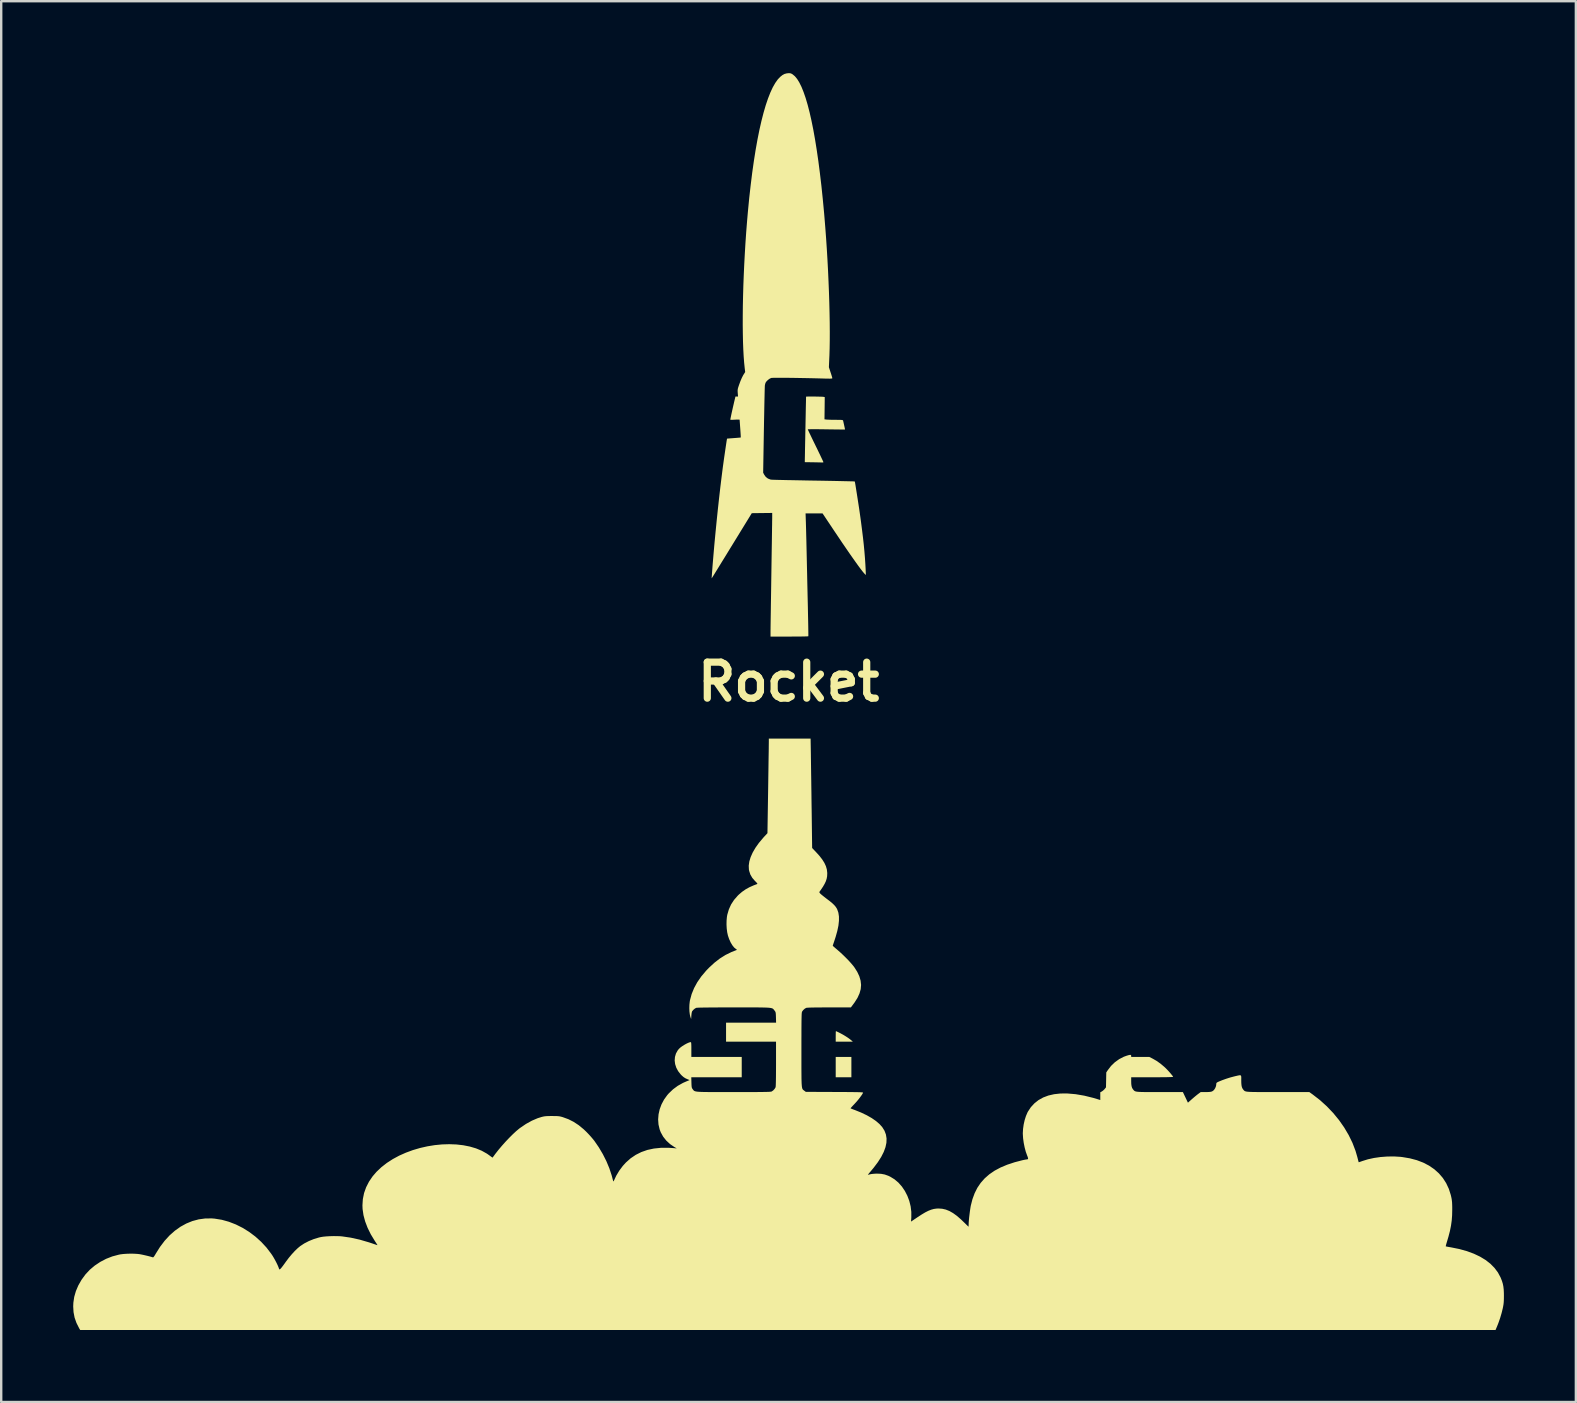
<source format=kicad_pcb>
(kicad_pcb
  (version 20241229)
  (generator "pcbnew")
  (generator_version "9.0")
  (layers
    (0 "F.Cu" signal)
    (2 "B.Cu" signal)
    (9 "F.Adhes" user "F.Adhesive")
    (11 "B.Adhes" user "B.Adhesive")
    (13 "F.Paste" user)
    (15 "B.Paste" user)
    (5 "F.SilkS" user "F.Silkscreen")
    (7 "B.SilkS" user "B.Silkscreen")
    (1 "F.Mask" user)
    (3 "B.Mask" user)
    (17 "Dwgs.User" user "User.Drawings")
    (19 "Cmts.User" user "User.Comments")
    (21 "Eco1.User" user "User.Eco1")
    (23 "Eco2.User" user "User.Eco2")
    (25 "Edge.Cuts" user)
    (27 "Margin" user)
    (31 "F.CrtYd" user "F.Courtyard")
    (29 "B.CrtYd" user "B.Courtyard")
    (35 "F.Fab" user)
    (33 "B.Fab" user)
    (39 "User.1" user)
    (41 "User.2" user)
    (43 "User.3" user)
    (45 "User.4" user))
  (footprint "Rocket"
    (layer "F.Cu")
    (at 29.814 25.362)
    (property "Reference" "Rocket" (at 0 0 0) (layer "F.SilkS") (effects (font (size 1.5 1.5) (thickness 0.3))))
    (attr board_only exclude_from_pos_files exclude_from_bom)
    (fp_poly (pts (xy 2.611 16.051) (xy 2.611 16.475) (xy 2.284 16.475) (xy 1.958 16.475) (xy 1.958 16.051) (xy 1.958 15.628) (xy 2.284 15.628) (xy 2.611 15.628)) (stroke (width 0) (type solid)) (fill yes) (layer "F.SilkS"))
    (fp_poly (pts (xy 1.986 14.56) (xy 2.029 14.58) (xy 2.089 14.609) (xy 2.139 14.634) (xy 2.267 14.703) (xy 2.395 14.781) (xy 2.512 14.86) (xy 2.607 14.935) (xy 2.611 14.938) (xy 2.672 14.992) (xy 2.315 14.992) (xy 1.958 14.993) (xy 1.958 14.773) (xy 1.959 14.689) (xy 1.96 14.62) (xy 1.963 14.572) (xy 1.967 14.552) (xy 1.967 14.552)) (stroke (width 0) (type solid)) (fill yes) (layer "F.SilkS"))
    (fp_poly (pts (xy 1.032 -11.889) (xy 1.13 -11.888) (xy 1.225 -11.886) (xy 1.311 -11.884) (xy 1.381 -11.882) (xy 1.429 -11.879) (xy 1.445 -11.877) (xy 1.501 -11.866) (xy 1.496 -11.403) (xy 1.49 -10.94) (xy 1.579 -10.929) (xy 1.627 -10.926) (xy 1.702 -10.923) (xy 1.795 -10.92) (xy 1.899 -10.919) (xy 1.961 -10.919) (xy 2.07 -10.918) (xy 2.149 -10.917) (xy 2.203 -10.914) (xy 2.236 -10.909) (xy 2.255 -10.902) (xy 2.263 -10.892) (xy 2.265 -10.888) (xy 2.272 -10.86) (xy 2.283 -10.81) (xy 2.298 -10.745) (xy 2.313 -10.674) (xy 2.328 -10.608) (xy 2.339 -10.554) (xy 2.345 -10.522) (xy 2.346 -10.517) (xy 2.329 -10.515) (xy 2.28 -10.515) (xy 2.203 -10.515) (xy 2.102 -10.516) (xy 1.979 -10.517) (xy 1.839 -10.519) (xy 1.685 -10.521) (xy 1.57 -10.523) (xy 1.408 -10.525) (xy 1.258 -10.527) (xy 1.123 -10.528) (xy 1.006 -10.528) (xy 0.911 -10.527) (xy 0.842 -10.526) (xy 0.802 -10.524) (xy 0.794 -10.522) (xy 0.801 -10.504) (xy 0.823 -10.458) (xy 0.856 -10.386) (xy 0.901 -10.293) (xy 0.954 -10.182) (xy 1.015 -10.055) (xy 1.082 -9.918) (xy 1.12 -9.84) (xy 1.19 -9.697) (xy 1.254 -9.564) (xy 1.312 -9.444) (xy 1.361 -9.34) (xy 1.401 -9.256) (xy 1.429 -9.195) (xy 1.444 -9.16) (xy 1.446 -9.154) (xy 1.431 -9.143) (xy 1.398 -9.141) (xy 1.365 -9.142) (xy 1.304 -9.144) (xy 1.22 -9.146) (xy 1.121 -9.148) (xy 1.012 -9.15) (xy 1.01 -9.15) (xy 0.67 -9.155) (xy 0.671 -9.239) (xy 0.671 -9.265) (xy 0.672 -9.323) (xy 0.674 -9.408) (xy 0.676 -9.518) (xy 0.678 -9.649) (xy 0.681 -9.798) (xy 0.684 -9.961) (xy 0.688 -10.136) (xy 0.691 -10.318) (xy 0.695 -10.504) (xy 0.699 -10.692) (xy 0.702 -10.877) (xy 0.706 -11.056) (xy 0.709 -11.227) (xy 0.712 -11.385) (xy 0.715 -11.527) (xy 0.718 -11.65) (xy 0.72 -11.751) (xy 0.721 -11.825) (xy 0.722 -11.871) (xy 0.723 -11.884) (xy 0.74 -11.887) (xy 0.785 -11.888) (xy 0.854 -11.889) (xy 0.938 -11.889)) (stroke (width 0) (type solid)) (fill yes) (layer "F.SilkS"))
    (fp_poly (pts (xy 0.086 -25.354) (xy 0.132 -25.333) (xy 0.162 -25.314) (xy 0.257 -25.235) (xy 0.351 -25.121) (xy 0.443 -24.972) (xy 0.533 -24.79) (xy 0.62 -24.574) (xy 0.706 -24.325) (xy 0.789 -24.044) (xy 0.87 -23.73) (xy 0.948 -23.385) (xy 1.024 -23.009) (xy 1.097 -22.601) (xy 1.167 -22.164) (xy 1.235 -21.697) (xy 1.299 -21.2) (xy 1.361 -20.675) (xy 1.419 -20.12) (xy 1.474 -19.538) (xy 1.49 -19.35) (xy 1.525 -18.919) (xy 1.558 -18.477) (xy 1.588 -18.028) (xy 1.615 -17.576) (xy 1.639 -17.123) (xy 1.659 -16.674) (xy 1.677 -16.231) (xy 1.691 -15.798) (xy 1.701 -15.379) (xy 1.708 -14.977) (xy 1.711 -14.595) (xy 1.71 -14.236) (xy 1.705 -13.905) (xy 1.696 -13.605) (xy 1.692 -13.518) (xy 1.674 -13.11) (xy 1.745 -12.894) (xy 1.772 -12.811) (xy 1.795 -12.739) (xy 1.81 -12.684) (xy 1.817 -12.656) (xy 1.817 -12.654) (xy 1.812 -12.646) (xy 1.793 -12.64) (xy 1.757 -12.636) (xy 1.7 -12.635) (xy 1.616 -12.636) (xy 1.502 -12.638) (xy 1.477 -12.639) (xy 1.227 -12.646) (xy 0.981 -12.652) (xy 0.741 -12.657) (xy 0.51 -12.661) (xy 0.291 -12.665) (xy 0.086 -12.668) (xy -0.102 -12.67) (xy -0.271 -12.671) (xy -0.417 -12.671) (xy -0.539 -12.671) (xy -0.633 -12.669) (xy -0.697 -12.667) (xy -0.729 -12.663) (xy -0.792 -12.634) (xy -0.86 -12.585) (xy -0.921 -12.527) (xy -0.961 -12.472) (xy -0.978 -12.425) (xy -0.992 -12.365) (xy -0.994 -12.347) (xy -0.996 -12.319) (xy -0.998 -12.257) (xy -1.001 -12.166) (xy -1.004 -12.046) (xy -1.007 -11.902) (xy -1.011 -11.734) (xy -1.015 -11.547) (xy -1.019 -11.341) (xy -1.023 -11.12) (xy -1.028 -10.887) (xy -1.032 -10.643) (xy -1.035 -10.492) (xy -1.065 -8.717) (xy -1.021 -8.632) (xy -0.956 -8.541) (xy -0.868 -8.473) (xy -0.765 -8.432) (xy -0.719 -8.425) (xy -0.688 -8.423) (xy -0.625 -8.421) (xy -0.531 -8.418) (xy -0.41 -8.415) (xy -0.264 -8.412) (xy -0.096 -8.408) (xy 0.092 -8.405) (xy 0.297 -8.401) (xy 0.516 -8.397) (xy 0.748 -8.392) (xy 0.988 -8.388) (xy 1.058 -8.387) (xy 1.299 -8.383) (xy 1.529 -8.379) (xy 1.747 -8.375) (xy 1.95 -8.371) (xy 2.136 -8.367) (xy 2.301 -8.363) (xy 2.445 -8.36) (xy 2.564 -8.357) (xy 2.655 -8.355) (xy 2.717 -8.353) (xy 2.747 -8.351) (xy 2.75 -8.351) (xy 2.756 -8.331) (xy 2.766 -8.285) (xy 2.777 -8.221) (xy 2.781 -8.198) (xy 2.82 -7.953) (xy 2.854 -7.739) (xy 2.883 -7.551) (xy 2.909 -7.384) (xy 2.932 -7.233) (xy 2.952 -7.094) (xy 2.971 -6.963) (xy 2.989 -6.835) (xy 3.006 -6.712) (xy 3.053 -6.348) (xy 3.094 -6.015) (xy 3.128 -5.708) (xy 3.155 -5.422) (xy 3.177 -5.153) (xy 3.194 -4.896) (xy 3.203 -4.727) (xy 3.215 -4.454) (xy 3.176 -4.489) (xy 3.135 -4.532) (xy 3.075 -4.604) (xy 2.999 -4.702) (xy 2.906 -4.827) (xy 2.799 -4.976) (xy 2.677 -5.148) (xy 2.541 -5.342) (xy 2.394 -5.556) (xy 2.234 -5.789) (xy 2.065 -6.041) (xy 1.885 -6.308) (xy 1.884 -6.31) (xy 1.41 -7.02) (xy 1.056 -7.02) (xy 0.702 -7.02) (xy 0.712 -6.725) (xy 0.715 -6.645) (xy 0.718 -6.535) (xy 0.722 -6.4) (xy 0.726 -6.246) (xy 0.73 -6.077) (xy 0.735 -5.898) (xy 0.739 -5.716) (xy 0.742 -5.583) (xy 0.746 -5.422) (xy 0.75 -5.23) (xy 0.755 -5.014) (xy 0.76 -4.779) (xy 0.766 -4.529) (xy 0.771 -4.27) (xy 0.777 -4.007) (xy 0.783 -3.746) (xy 0.789 -3.491) (xy 0.793 -3.325) (xy 0.798 -3.105) (xy 0.802 -2.895) (xy 0.806 -2.698) (xy 0.81 -2.517) (xy 0.813 -2.353) (xy 0.815 -2.211) (xy 0.817 -2.092) (xy 0.818 -2) (xy 0.818 -1.936) (xy 0.817 -1.904) (xy 0.817 -1.901) (xy 0.798 -1.898) (xy 0.748 -1.895) (xy 0.669 -1.893) (xy 0.566 -1.891) (xy 0.443 -1.889) (xy 0.301 -1.888) (xy 0.146 -1.888) (xy 0.025 -1.887) (xy -0.758 -1.887) (xy -0.758 -2.086) (xy -0.758 -2.128) (xy -0.757 -2.204) (xy -0.756 -2.31) (xy -0.754 -2.444) (xy -0.752 -2.604) (xy -0.749 -2.788) (xy -0.746 -2.993) (xy -0.743 -3.216) (xy -0.739 -3.456) (xy -0.735 -3.71) (xy -0.731 -3.975) (xy -0.727 -4.25) (xy -0.723 -4.507) (xy -0.719 -4.787) (xy -0.715 -5.059) (xy -0.711 -5.322) (xy -0.707 -5.572) (xy -0.703 -5.807) (xy -0.7 -6.026) (xy -0.697 -6.225) (xy -0.695 -6.402) (xy -0.692 -6.556) (xy -0.691 -6.683) (xy -0.689 -6.782) (xy -0.688 -6.85) (xy -0.688 -6.884) (xy -0.688 -7.039) (xy -1.114 -7.034) (xy -1.539 -7.029) (xy -2.335 -5.732) (xy -2.456 -5.536) (xy -2.571 -5.347) (xy -2.681 -5.168) (xy -2.784 -5.002) (xy -2.877 -4.85) (xy -2.96 -4.715) (xy -3.032 -4.599) (xy -3.09 -4.504) (xy -3.134 -4.433) (xy -3.162 -4.389) (xy -3.172 -4.374) (xy -3.212 -4.313) (xy -3.202 -4.454) (xy -3.171 -4.868) (xy -3.134 -5.308) (xy -3.094 -5.766) (xy -3.049 -6.236) (xy -3.002 -6.712) (xy -2.953 -7.185) (xy -2.902 -7.649) (xy -2.851 -8.097) (xy -2.799 -8.523) (xy -2.759 -8.837) (xy -2.744 -8.954) (xy -2.726 -9.084) (xy -2.707 -9.222) (xy -2.687 -9.365) (xy -2.666 -9.507) (xy -2.646 -9.645) (xy -2.627 -9.774) (xy -2.61 -9.889) (xy -2.595 -9.988) (xy -2.583 -10.064) (xy -2.574 -10.115) (xy -2.57 -10.135) (xy -2.57 -10.135) (xy -2.552 -10.137) (xy -2.505 -10.141) (xy -2.435 -10.147) (xy -2.347 -10.153) (xy -2.286 -10.158) (xy -2.19 -10.165) (xy -2.108 -10.172) (xy -2.045 -10.177) (xy -2.007 -10.182) (xy -1.999 -10.184) (xy -1.998 -10.202) (xy -2 -10.251) (xy -2.004 -10.324) (xy -2.01 -10.416) (xy -2.017 -10.522) (xy -2.019 -10.55) (xy -2.027 -10.659) (xy -2.034 -10.756) (xy -2.04 -10.836) (xy -2.044 -10.893) (xy -2.046 -10.921) (xy -2.046 -10.923) (xy -2.062 -10.928) (xy -2.107 -10.929) (xy -2.173 -10.928) (xy -2.24 -10.925) (xy -2.318 -10.921) (xy -2.381 -10.92) (xy -2.422 -10.921) (xy -2.434 -10.924) (xy -2.43 -10.949) (xy -2.42 -11.003) (xy -2.404 -11.079) (xy -2.385 -11.171) (xy -2.362 -11.274) (xy -2.338 -11.382) (xy -2.314 -11.488) (xy -2.291 -11.587) (xy -2.282 -11.628) (xy -2.22 -11.889) (xy -2.166 -11.889) (xy -2.112 -11.889) (xy -2.124 -12.035) (xy -2.128 -12.105) (xy -2.128 -12.159) (xy -2.121 -12.21) (xy -2.105 -12.269) (xy -2.078 -12.349) (xy -2.076 -12.357) (xy -2.014 -12.526) (xy -1.955 -12.665) (xy -1.897 -12.779) (xy -1.867 -12.827) (xy -1.814 -12.911) (xy -1.833 -13.066) (xy -1.857 -13.297) (xy -1.877 -13.56) (xy -1.893 -13.853) (xy -1.905 -14.173) (xy -1.912 -14.518) (xy -1.916 -14.885) (xy -1.915 -15.271) (xy -1.911 -15.674) (xy -1.902 -16.091) (xy -1.89 -16.52) (xy -1.873 -16.957) (xy -1.853 -17.401) (xy -1.829 -17.848) (xy -1.802 -18.297) (xy -1.771 -18.744) (xy -1.736 -19.186) (xy -1.701 -19.588) (xy -1.646 -20.157) (xy -1.585 -20.699) (xy -1.521 -21.216) (xy -1.452 -21.704) (xy -1.379 -22.165) (xy -1.302 -22.597) (xy -1.221 -23.001) (xy -1.136 -23.374) (xy -1.048 -23.717) (xy -0.957 -24.029) (xy -0.862 -24.31) (xy -0.764 -24.559) (xy -0.664 -24.774) (xy -0.56 -24.956) (xy -0.454 -25.105) (xy -0.353 -25.211) (xy -0.261 -25.284) (xy -0.174 -25.331) (xy -0.081 -25.355) (xy -0.026 -25.361) (xy 0.039 -25.362)) (stroke (width 0) (type solid)) (fill yes) (layer "F.SilkS"))
    (fp_poly (pts (xy 0.923 3.021) (xy 0.924 3.14) (xy 0.927 3.29) (xy 0.929 3.467) (xy 0.932 3.668) (xy 0.935 3.888) (xy 0.939 4.124) (xy 0.942 4.371) (xy 0.946 4.625) (xy 0.949 4.883) (xy 0.952 5.14) (xy 0.955 5.3) (xy 0.976 6.923) (xy 1.129 7.083) (xy 1.278 7.247) (xy 1.396 7.399) (xy 1.486 7.542) (xy 1.55 7.681) (xy 1.589 7.817) (xy 1.605 7.956) (xy 1.605 7.99) (xy 1.6 8.099) (xy 1.581 8.202) (xy 1.548 8.305) (xy 1.497 8.414) (xy 1.427 8.535) (xy 1.335 8.672) (xy 1.289 8.734) (xy 1.277 8.759) (xy 1.282 8.782) (xy 1.31 8.816) (xy 1.316 8.823) (xy 1.348 8.852) (xy 1.402 8.897) (xy 1.472 8.953) (xy 1.551 9.015) (xy 1.596 9.049) (xy 1.722 9.145) (xy 1.821 9.228) (xy 1.897 9.301) (xy 1.955 9.369) (xy 1.999 9.436) (xy 2.021 9.48) (xy 2.069 9.618) (xy 2.093 9.776) (xy 2.093 9.955) (xy 2.071 10.157) (xy 2.024 10.381) (xy 1.954 10.63) (xy 1.914 10.753) (xy 1.886 10.838) (xy 1.861 10.91) (xy 1.844 10.964) (xy 1.835 10.992) (xy 1.834 10.995) (xy 1.847 11.009) (xy 1.882 11.04) (xy 1.935 11.087) (xy 2.001 11.143) (xy 2.033 11.17) (xy 2.148 11.271) (xy 2.269 11.384) (xy 2.388 11.501) (xy 2.501 11.617) (xy 2.601 11.728) (xy 2.684 11.826) (xy 2.733 11.89) (xy 2.855 12.082) (xy 2.942 12.268) (xy 2.995 12.448) (xy 3.015 12.626) (xy 3 12.803) (xy 2.95 12.981) (xy 2.867 13.164) (xy 2.749 13.351) (xy 2.706 13.41) (xy 2.591 13.564) (xy 1.684 13.564) (xy 1.447 13.565) (xy 1.243 13.566) (xy 1.072 13.568) (xy 0.935 13.57) (xy 0.832 13.574) (xy 0.763 13.578) (xy 0.73 13.583) (xy 0.729 13.583) (xy 0.665 13.62) (xy 0.603 13.677) (xy 0.556 13.741) (xy 0.554 13.744) (xy 0.55 13.757) (xy 0.546 13.78) (xy 0.542 13.814) (xy 0.539 13.862) (xy 0.537 13.926) (xy 0.535 14.007) (xy 0.533 14.109) (xy 0.532 14.232) (xy 0.531 14.38) (xy 0.53 14.554) (xy 0.53 14.757) (xy 0.529 14.99) (xy 0.529 15.256) (xy 0.529 15.329) (xy 0.529 15.604) (xy 0.529 15.846) (xy 0.529 16.057) (xy 0.53 16.24) (xy 0.531 16.396) (xy 0.532 16.528) (xy 0.535 16.639) (xy 0.538 16.729) (xy 0.543 16.802) (xy 0.548 16.86) (xy 0.556 16.905) (xy 0.564 16.939) (xy 0.575 16.965) (xy 0.587 16.984) (xy 0.602 17) (xy 0.619 17.013) (xy 0.638 17.027) (xy 0.649 17.036) (xy 0.712 17.083) (xy 1.91 17.088) (xy 2.147 17.089) (xy 2.351 17.09) (xy 2.524 17.091) (xy 2.67 17.093) (xy 2.789 17.094) (xy 2.885 17.096) (xy 2.96 17.098) (xy 3.016 17.101) (xy 3.055 17.104) (xy 3.08 17.108) (xy 3.094 17.112) (xy 3.098 17.117) (xy 3.098 17.119) (xy 3.072 17.169) (xy 3.026 17.239) (xy 2.966 17.321) (xy 2.897 17.409) (xy 2.823 17.497) (xy 2.749 17.577) (xy 2.737 17.591) (xy 2.676 17.654) (xy 2.627 17.708) (xy 2.592 17.747) (xy 2.577 17.768) (xy 2.577 17.77) (xy 2.595 17.779) (xy 2.64 17.797) (xy 2.703 17.821) (xy 2.76 17.842) (xy 3.018 17.946) (xy 3.252 18.058) (xy 3.459 18.176) (xy 3.637 18.299) (xy 3.784 18.426) (xy 3.898 18.554) (xy 3.991 18.703) (xy 4.05 18.86) (xy 4.077 19.027) (xy 4.071 19.204) (xy 4.031 19.391) (xy 3.959 19.587) (xy 3.854 19.794) (xy 3.715 20.012) (xy 3.543 20.241) (xy 3.434 20.372) (xy 3.381 20.434) (xy 3.338 20.486) (xy 3.309 20.522) (xy 3.298 20.537) (xy 3.314 20.537) (xy 3.353 20.528) (xy 3.391 20.518) (xy 3.453 20.506) (xy 3.538 20.497) (xy 3.635 20.491) (xy 3.678 20.49) (xy 3.847 20.498) (xy 4.001 20.527) (xy 4.152 20.581) (xy 4.233 20.62) (xy 4.409 20.728) (xy 4.571 20.865) (xy 4.715 21.028) (xy 4.839 21.211) (xy 4.943 21.413) (xy 5.024 21.628) (xy 5.08 21.853) (xy 5.108 22.084) (xy 5.108 22.318) (xy 5.097 22.489) (xy 5.375 22.301) (xy 5.541 22.193) (xy 5.686 22.106) (xy 5.815 22.041) (xy 5.933 21.994) (xy 6.044 21.963) (xy 6.154 21.947) (xy 6.241 21.943) (xy 6.395 21.954) (xy 6.545 21.988) (xy 6.695 22.048) (xy 6.848 22.135) (xy 7.007 22.25) (xy 7.174 22.395) (xy 7.258 22.476) (xy 7.332 22.547) (xy 7.396 22.61) (xy 7.446 22.659) (xy 7.48 22.69) (xy 7.492 22.701) (xy 7.495 22.685) (xy 7.496 22.645) (xy 7.497 22.613) (xy 7.499 22.537) (xy 7.507 22.435) (xy 7.518 22.317) (xy 7.533 22.19) (xy 7.549 22.064) (xy 7.566 21.947) (xy 7.582 21.849) (xy 7.586 21.828) (xy 7.655 21.557) (xy 7.746 21.309) (xy 7.86 21.081) (xy 8 20.875) (xy 8.166 20.687) (xy 8.358 20.519) (xy 8.578 20.368) (xy 8.827 20.235) (xy 9.105 20.118) (xy 9.414 20.016) (xy 9.73 19.934) (xy 9.805 19.917) (xy 9.87 19.905) (xy 9.916 19.898) (xy 9.927 19.897) (xy 9.959 19.891) (xy 9.973 19.872) (xy 9.97 19.835) (xy 9.95 19.773) (xy 9.932 19.729) (xy 9.877 19.575) (xy 9.83 19.397) (xy 9.792 19.208) (xy 9.766 19.019) (xy 9.755 18.842) (xy 9.754 18.806) (xy 9.764 18.628) (xy 9.79 18.443) (xy 9.831 18.26) (xy 9.885 18.09) (xy 9.949 17.941) (xy 9.967 17.907) (xy 10.09 17.721) (xy 10.238 17.561) (xy 10.408 17.426) (xy 10.602 17.318) (xy 10.819 17.236) (xy 11.058 17.181) (xy 11.319 17.152) (xy 11.602 17.15) (xy 11.604 17.15) (xy 11.953 17.18) (xy 12.316 17.242) (xy 12.692 17.335) (xy 12.846 17.381) (xy 12.982 17.423) (xy 12.982 17.262) (xy 12.982 17.101) (xy 13.047 17.066) (xy 13.099 17.029) (xy 13.151 16.98) (xy 13.166 16.963) (xy 13.22 16.895) (xy 13.226 16.584) (xy 13.232 16.273) (xy 13.297 16.176) (xy 13.433 16) (xy 13.593 15.846) (xy 13.771 15.719) (xy 13.963 15.62) (xy 14.082 15.577) (xy 14.164 15.553) (xy 14.219 15.542) (xy 14.251 15.544) (xy 14.266 15.559) (xy 14.27 15.584) (xy 14.27 15.628) (xy 14.647 15.628) (xy 15.024 15.628) (xy 15.167 15.7) (xy 15.331 15.794) (xy 15.499 15.914) (xy 15.66 16.051) (xy 15.709 16.097) (xy 15.774 16.163) (xy 15.839 16.233) (xy 15.901 16.303) (xy 15.953 16.366) (xy 15.993 16.416) (xy 16.014 16.45) (xy 16.016 16.458) (xy 15.999 16.462) (xy 15.948 16.465) (xy 15.866 16.468) (xy 15.753 16.471) (xy 15.613 16.473) (xy 15.447 16.474) (xy 15.256 16.475) (xy 15.143 16.475) (xy 14.27 16.475) (xy 14.27 16.638) (xy 14.273 16.754) (xy 14.285 16.843) (xy 14.306 16.913) (xy 14.338 16.969) (xy 14.352 16.986) (xy 14.371 17.009) (xy 14.388 17.028) (xy 14.407 17.043) (xy 14.43 17.056) (xy 14.461 17.067) (xy 14.502 17.075) (xy 14.556 17.081) (xy 14.627 17.086) (xy 14.716 17.089) (xy 14.827 17.091) (xy 14.963 17.092) (xy 15.127 17.092) (xy 15.321 17.092) (xy 15.461 17.092) (xy 16.424 17.092) (xy 16.529 17.313) (xy 16.634 17.534) (xy 16.797 17.389) (xy 16.872 17.324) (xy 16.95 17.259) (xy 17.02 17.202) (xy 17.063 17.169) (xy 17.167 17.092) (xy 17.377 17.092) (xy 17.483 17.09) (xy 17.562 17.084) (xy 17.62 17.072) (xy 17.664 17.051) (xy 17.703 17.02) (xy 17.722 17.001) (xy 17.771 16.928) (xy 17.805 16.84) (xy 17.815 16.766) (xy 17.817 16.732) (xy 17.827 16.709) (xy 17.853 16.688) (xy 17.9 16.664) (xy 17.932 16.65) (xy 18.07 16.594) (xy 18.23 16.537) (xy 18.397 16.484) (xy 18.559 16.441) (xy 18.604 16.43) (xy 18.703 16.407) (xy 18.772 16.393) (xy 18.816 16.391) (xy 18.842 16.405) (xy 18.854 16.438) (xy 18.857 16.493) (xy 18.856 16.574) (xy 18.856 16.594) (xy 18.858 16.714) (xy 18.866 16.807) (xy 18.88 16.877) (xy 18.902 16.933) (xy 18.933 16.98) (xy 18.938 16.986) (xy 18.954 17.006) (xy 18.969 17.023) (xy 18.984 17.037) (xy 19.003 17.05) (xy 19.028 17.06) (xy 19.061 17.069) (xy 19.105 17.076) (xy 19.163 17.081) (xy 19.236 17.085) (xy 19.327 17.088) (xy 19.439 17.09) (xy 19.574 17.091) (xy 19.734 17.092) (xy 19.922 17.092) (xy 20.141 17.092) (xy 20.388 17.092) (xy 21.692 17.092) (xy 21.831 17.191) (xy 22.137 17.428) (xy 22.423 17.687) (xy 22.688 17.965) (xy 22.929 18.259) (xy 23.144 18.566) (xy 23.332 18.884) (xy 23.491 19.21) (xy 23.617 19.541) (xy 23.692 19.797) (xy 23.713 19.879) (xy 23.73 19.947) (xy 23.743 19.994) (xy 23.749 20.015) (xy 23.75 20.016) (xy 23.767 20.012) (xy 23.809 19.998) (xy 23.869 19.977) (xy 23.902 19.965) (xy 24.132 19.894) (xy 24.386 19.838) (xy 24.657 19.799) (xy 24.934 19.778) (xy 25.212 19.774) (xy 25.482 19.79) (xy 25.568 19.8) (xy 25.882 19.853) (xy 26.173 19.93) (xy 26.44 20.032) (xy 26.682 20.158) (xy 26.899 20.307) (xy 27.091 20.479) (xy 27.256 20.672) (xy 27.394 20.887) (xy 27.505 21.124) (xy 27.587 21.381) (xy 27.607 21.467) (xy 27.622 21.541) (xy 27.632 21.612) (xy 27.64 21.687) (xy 27.644 21.774) (xy 27.647 21.882) (xy 27.647 21.996) (xy 27.642 22.224) (xy 27.626 22.442) (xy 27.596 22.656) (xy 27.552 22.877) (xy 27.491 23.112) (xy 27.434 23.305) (xy 27.41 23.385) (xy 27.391 23.452) (xy 27.38 23.499) (xy 27.377 23.52) (xy 27.377 23.52) (xy 27.396 23.525) (xy 27.443 23.535) (xy 27.512 23.548) (xy 27.594 23.562) (xy 27.605 23.564) (xy 27.946 23.633) (xy 28.261 23.721) (xy 28.548 23.827) (xy 28.807 23.95) (xy 29.038 24.09) (xy 29.239 24.247) (xy 29.41 24.421) (xy 29.551 24.61) (xy 29.661 24.816) (xy 29.669 24.835) (xy 29.717 24.957) (xy 29.753 25.072) (xy 29.777 25.189) (xy 29.792 25.317) (xy 29.799 25.465) (xy 29.8 25.576) (xy 29.799 25.7) (xy 29.796 25.798) (xy 29.79 25.881) (xy 29.78 25.959) (xy 29.765 26.041) (xy 29.752 26.106) (xy 29.704 26.301) (xy 29.642 26.511) (xy 29.569 26.719) (xy 29.51 26.868) (xy 29.452 27.005) (xy -0.036 27.005) (xy -29.524 27.005) (xy -29.568 26.93) (xy -29.678 26.711) (xy -29.756 26.489) (xy -29.8 26.261) (xy -29.814 26.022) (xy -29.807 25.867) (xy -29.771 25.625) (xy -29.701 25.383) (xy -29.599 25.145) (xy -29.466 24.913) (xy -29.304 24.691) (xy -29.303 24.69) (xy -29.123 24.496) (xy -28.916 24.322) (xy -28.687 24.169) (xy -28.441 24.04) (xy -28.182 23.939) (xy -27.915 23.868) (xy -27.852 23.855) (xy -27.733 23.84) (xy -27.592 23.83) (xy -27.439 23.825) (xy -27.287 23.827) (xy -27.148 23.835) (xy -27.049 23.846) (xy -26.984 23.858) (xy -26.9 23.875) (xy -26.804 23.897) (xy -26.707 23.92) (xy -26.617 23.943) (xy -26.543 23.964) (xy -26.493 23.979) (xy -26.491 23.98) (xy -26.472 23.972) (xy -26.442 23.937) (xy -26.4 23.872) (xy -26.374 23.826) (xy -26.197 23.544) (xy -26.005 23.29) (xy -25.798 23.064) (xy -25.577 22.869) (xy -25.344 22.703) (xy -25.1 22.569) (xy -24.847 22.466) (xy -24.584 22.396) (xy -24.315 22.359) (xy -24.039 22.356) (xy -23.918 22.366) (xy -23.621 22.414) (xy -23.326 22.496) (xy -23.035 22.609) (xy -22.752 22.751) (xy -22.48 22.92) (xy -22.221 23.115) (xy -21.98 23.333) (xy -21.759 23.572) (xy -21.562 23.831) (xy -21.512 23.905) (xy -21.461 23.989) (xy -21.407 24.084) (xy -21.355 24.183) (xy -21.308 24.278) (xy -21.272 24.36) (xy -21.248 24.423) (xy -21.245 24.434) (xy -21.232 24.469) (xy -21.217 24.483) (xy -21.198 24.474) (xy -21.168 24.447) (xy -21.127 24.399) (xy -21.072 24.327) (xy -21.001 24.23) (xy -20.95 24.158) (xy -20.832 24.001) (xy -20.707 23.851) (xy -20.58 23.713) (xy -20.457 23.595) (xy -20.357 23.512) (xy -20.189 23.401) (xy -19.996 23.301) (xy -19.789 23.217) (xy -19.578 23.153) (xy -19.491 23.133) (xy -19.388 23.117) (xy -19.259 23.105) (xy -19.115 23.097) (xy -18.964 23.093) (xy -18.817 23.094) (xy -18.683 23.099) (xy -18.607 23.106) (xy -18.251 23.158) (xy -17.88 23.24) (xy -17.493 23.353) (xy -17.365 23.395) (xy -17.282 23.424) (xy -17.212 23.447) (xy -17.161 23.464) (xy -17.135 23.471) (xy -17.134 23.471) (xy -17.142 23.457) (xy -17.166 23.418) (xy -17.202 23.362) (xy -17.248 23.293) (xy -17.252 23.286) (xy -17.415 23.017) (xy -17.547 22.749) (xy -17.649 22.482) (xy -17.719 22.22) (xy -17.756 21.965) (xy -17.762 21.81) (xy -17.745 21.551) (xy -17.694 21.3) (xy -17.608 21.058) (xy -17.489 20.825) (xy -17.337 20.602) (xy -17.175 20.414) (xy -16.971 20.221) (xy -16.744 20.044) (xy -16.496 19.884) (xy -16.231 19.741) (xy -15.952 19.617) (xy -15.661 19.51) (xy -15.362 19.422) (xy -15.058 19.353) (xy -14.751 19.303) (xy -14.445 19.273) (xy -14.143 19.264) (xy -13.847 19.275) (xy -13.561 19.308) (xy -13.288 19.362) (xy -13.03 19.438) (xy -12.791 19.537) (xy -12.573 19.659) (xy -12.473 19.73) (xy -12.416 19.772) (xy -12.371 19.804) (xy -12.344 19.821) (xy -12.339 19.822) (xy -12.222 19.663) (xy -12.09 19.495) (xy -11.946 19.325) (xy -11.797 19.158) (xy -11.646 18.999) (xy -11.499 18.852) (xy -11.36 18.723) (xy -11.233 18.617) (xy -11.198 18.59) (xy -10.948 18.42) (xy -10.702 18.284) (xy -10.459 18.18) (xy -10.298 18.13) (xy -10.235 18.114) (xy -10.175 18.103) (xy -10.11 18.096) (xy -10.032 18.092) (xy -9.931 18.09) (xy -9.86 18.09) (xy -9.748 18.091) (xy -9.663 18.093) (xy -9.596 18.097) (xy -9.54 18.105) (xy -9.486 18.117) (xy -9.425 18.134) (xy -9.41 18.139) (xy -9.179 18.223) (xy -8.96 18.334) (xy -8.749 18.473) (xy -8.543 18.643) (xy -8.431 18.75) (xy -8.348 18.836) (xy -8.262 18.929) (xy -8.182 19.022) (xy -8.116 19.103) (xy -8.1 19.123) (xy -7.914 19.393) (xy -7.745 19.679) (xy -7.597 19.973) (xy -7.474 20.269) (xy -7.378 20.56) (xy -7.355 20.646) (xy -7.334 20.729) (xy -7.319 20.782) (xy -7.308 20.809) (xy -7.3 20.814) (xy -7.292 20.802) (xy -7.286 20.789) (xy -7.187 20.577) (xy -7.061 20.367) (xy -6.914 20.17) (xy -6.784 20.027) (xy -6.587 19.852) (xy -6.372 19.707) (xy -6.14 19.591) (xy -5.888 19.503) (xy -5.618 19.445) (xy -5.328 19.415) (xy -5.017 19.413) (xy -4.824 19.425) (xy -4.665 19.439) (xy -4.763 19.383) (xy -4.946 19.258) (xy -5.103 19.112) (xy -5.233 18.948) (xy -5.333 18.766) (xy -5.379 18.645) (xy -5.426 18.443) (xy -5.441 18.233) (xy -5.424 18.021) (xy -5.377 17.809) (xy -5.3 17.603) (xy -5.195 17.405) (xy -5.062 17.22) (xy -4.998 17.147) (xy -4.82 16.977) (xy -4.624 16.832) (xy -4.406 16.71) (xy -4.265 16.648) (xy -4.129 16.592) (xy -4.223 16.554) (xy -4.308 16.515) (xy -4.379 16.469) (xy -4.449 16.409) (xy -4.5 16.357) (xy -4.607 16.221) (xy -4.685 16.076) (xy -4.733 15.926) (xy -4.752 15.776) (xy -4.74 15.628) (xy -4.699 15.487) (xy -4.626 15.356) (xy -4.575 15.293) (xy -4.519 15.24) (xy -4.444 15.184) (xy -4.358 15.129) (xy -4.271 15.08) (xy -4.189 15.041) (xy -4.12 15.016) (xy -4.083 15.011) (xy -4.073 15.016) (xy -4.066 15.033) (xy -4.062 15.068) (xy -4.059 15.125) (xy -4.057 15.209) (xy -4.057 15.319) (xy -4.057 15.628) (xy -3.007 15.628) (xy -1.958 15.628) (xy -1.958 16.051) (xy -1.958 16.475) (xy -3.009 16.475) (xy -4.06 16.475) (xy -4.054 16.692) (xy -4.051 16.784) (xy -4.047 16.849) (xy -4.041 16.893) (xy -4.03 16.926) (xy -4.015 16.953) (xy -4.001 16.972) (xy -3.986 16.992) (xy -3.972 17.01) (xy -3.958 17.026) (xy -3.941 17.04) (xy -3.919 17.051) (xy -3.89 17.061) (xy -3.852 17.069) (xy -3.801 17.076) (xy -3.737 17.081) (xy -3.656 17.085) (xy -3.557 17.088) (xy -3.437 17.09) (xy -3.295 17.091) (xy -3.127 17.092) (xy -2.932 17.092) (xy -2.707 17.092) (xy -2.451 17.092) (xy -2.294 17.092) (xy -2.019 17.092) (xy -1.778 17.092) (xy -1.568 17.091) (xy -1.387 17.091) (xy -1.232 17.09) (xy -1.103 17.088) (xy -0.996 17.087) (xy -0.909 17.085) (xy -0.841 17.083) (xy -0.79 17.08) (xy -0.752 17.076) (xy -0.727 17.073) (xy -0.712 17.068) (xy -0.709 17.067) (xy -0.645 17.022) (xy -0.588 16.96) (xy -0.549 16.896) (xy -0.548 16.892) (xy -0.543 16.861) (xy -0.539 16.795) (xy -0.536 16.694) (xy -0.533 16.558) (xy -0.531 16.389) (xy -0.53 16.186) (xy -0.529 15.95) (xy -0.529 15.918) (xy -0.529 14.993) (xy -1.57 14.993) (xy -2.611 14.993) (xy -2.611 14.596) (xy -2.611 14.199) (xy -1.568 14.199) (xy -0.526 14.199) (xy -0.532 13.98) (xy -0.535 13.889) (xy -0.539 13.825) (xy -0.545 13.781) (xy -0.555 13.749) (xy -0.57 13.723) (xy -0.591 13.696) (xy -0.609 13.673) (xy -0.624 13.653) (xy -0.639 13.636) (xy -0.656 13.621) (xy -0.678 13.608) (xy -0.706 13.598) (xy -0.743 13.589) (xy -0.792 13.582) (xy -0.854 13.576) (xy -0.931 13.572) (xy -1.027 13.569) (xy -1.143 13.567) (xy -1.281 13.565) (xy -1.444 13.564) (xy -1.634 13.564) (xy -1.854 13.564) (xy -2.105 13.564) (xy -2.287 13.564) (xy -2.597 13.565) (xy -2.871 13.565) (xy -3.111 13.566) (xy -3.317 13.568) (xy -3.489 13.569) (xy -3.628 13.572) (xy -3.734 13.574) (xy -3.808 13.578) (xy -3.849 13.581) (xy -3.857 13.583) (xy -3.915 13.616) (xy -3.974 13.666) (xy -4.021 13.722) (xy -4.028 13.732) (xy -4.038 13.766) (xy -4.049 13.824) (xy -4.056 13.894) (xy -4.057 13.908) (xy -4.066 14.049) (xy -4.099 13.952) (xy -4.122 13.853) (xy -4.137 13.73) (xy -4.142 13.594) (xy -4.138 13.455) (xy -4.124 13.323) (xy -4.114 13.264) (xy -4.044 13.007) (xy -3.942 12.757) (xy -3.808 12.512) (xy -3.641 12.271) (xy -3.44 12.033) (xy -3.317 11.906) (xy -3.093 11.7) (xy -2.867 11.525) (xy -2.632 11.378) (xy -2.383 11.256) (xy -2.179 11.176) (xy -2.16 11.166) (xy -2.165 11.154) (xy -2.198 11.132) (xy -2.199 11.131) (xy -2.275 11.068) (xy -2.349 10.975) (xy -2.42 10.856) (xy -2.483 10.716) (xy -2.533 10.571) (xy -2.563 10.436) (xy -2.583 10.28) (xy -2.592 10.112) (xy -2.589 9.946) (xy -2.575 9.791) (xy -2.56 9.704) (xy -2.494 9.479) (xy -2.401 9.274) (xy -2.277 9.084) (xy -2.122 8.906) (xy -2.082 8.867) (xy -1.945 8.749) (xy -1.799 8.647) (xy -1.637 8.557) (xy -1.452 8.475) (xy -1.317 8.425) (xy -1.306 8.416) (xy -1.311 8.399) (xy -1.334 8.369) (xy -1.379 8.322) (xy -1.408 8.294) (xy -1.519 8.165) (xy -1.598 8.029) (xy -1.647 7.879) (xy -1.659 7.819) (xy -1.666 7.658) (xy -1.642 7.485) (xy -1.587 7.303) (xy -1.502 7.112) (xy -1.387 6.914) (xy -1.243 6.711) (xy -1.071 6.505) (xy -1.01 6.438) (xy -0.886 6.305) (xy -0.857 4.445) (xy -0.853 4.189) (xy -0.85 3.942) (xy -0.846 3.705) (xy -0.843 3.482) (xy -0.84 3.274) (xy -0.837 3.085) (xy -0.834 2.917) (xy -0.832 2.771) (xy -0.831 2.652) (xy -0.83 2.56) (xy -0.829 2.5) (xy -0.829 2.474) (xy -0.829 2.364) (xy 0.041 2.364) (xy 0.912 2.364)) (stroke (width 0) (type solid)) (fill yes) (layer "F.SilkS")))
  (gr_rect
    (start -3 -3)
    (end 62.613 55.367)
    (stroke (width 0.1) (type default))
    (fill no)
    (layer "Edge.Cuts")))
</source>
